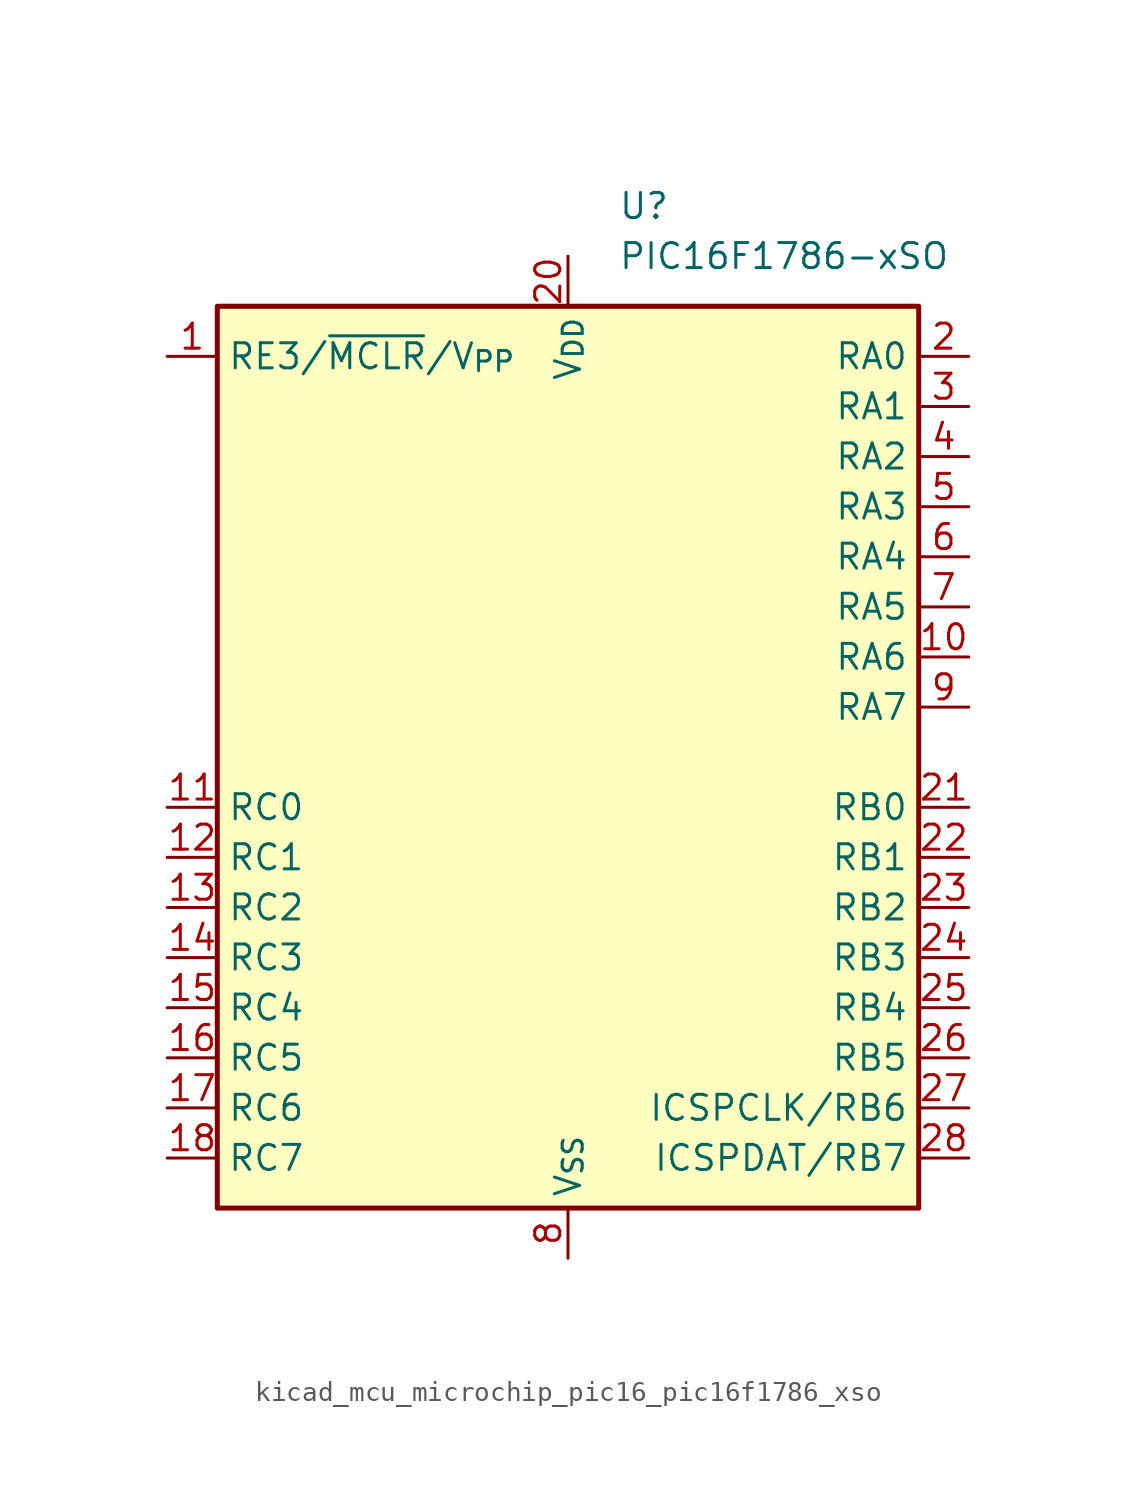
<source format=kicad_sym>
(kicad_symbol_lib
  (version 20220914)
  (generator kicad_symbol_editor)
  (symbol "kicad_mcu_microchip_pic16_pic16f1786_xso"
    (property "Reference" "U"
      (at 2.54 27.94 0)
      (effects (font (size 1.27 1.27)) (justify left)))
    (property "Value" "PIC16F1786-xSO"
      (at 2.54 25.4 0)
      (effects (font (size 1.27 1.27)) (justify left)))
    (symbol "kicad_mcu_microchip_pic16_pic16f1786_xso_0_1"
      (rectangle (start -17.78 -22.86) (end 17.78 22.86) (stroke (width 0.254) (type default)) (fill (type background))))
    (symbol "kicad_mcu_microchip_pic16_pic16f1786_xso_1_1"
      (pin input line (at -20.32 20.32 0) (length 2.54) (name "RE3/~{MCLR}/V_{PP}" (effects (font (size 1.27 1.27)))) (number "1" (effects (font (size 1.27 1.27)))))
      (pin bidirectional line (at 20.32 5.08 180) (length 2.54) (name "RA6" (effects (font (size 1.27 1.27)))) (number "10" (effects (font (size 1.27 1.27)))))
      (pin bidirectional line (at -20.32 -2.54 0) (length 2.54) (name "RC0" (effects (font (size 1.27 1.27)))) (number "11" (effects (font (size 1.27 1.27)))))
      (pin bidirectional line (at -20.32 -5.08 0) (length 2.54) (name "RC1" (effects (font (size 1.27 1.27)))) (number "12" (effects (font (size 1.27 1.27)))))
      (pin bidirectional line (at -20.32 -7.62 0) (length 2.54) (name "RC2" (effects (font (size 1.27 1.27)))) (number "13" (effects (font (size 1.27 1.27)))))
      (pin bidirectional line (at -20.32 -10.16 0) (length 2.54) (name "RC3" (effects (font (size 1.27 1.27)))) (number "14" (effects (font (size 1.27 1.27)))))
      (pin bidirectional line (at -20.32 -12.7 0) (length 2.54) (name "RC4" (effects (font (size 1.27 1.27)))) (number "15" (effects (font (size 1.27 1.27)))))
      (pin bidirectional line (at -20.32 -15.24 0) (length 2.54) (name "RC5" (effects (font (size 1.27 1.27)))) (number "16" (effects (font (size 1.27 1.27)))))
      (pin bidirectional line (at -20.32 -17.78 0) (length 2.54) (name "RC6" (effects (font (size 1.27 1.27)))) (number "17" (effects (font (size 1.27 1.27)))))
      (pin bidirectional line (at -20.32 -20.32 0) (length 2.54) (name "RC7" (effects (font (size 1.27 1.27)))) (number "18" (effects (font (size 1.27 1.27)))))
      (pin passive line (at 0 -25.4 90) (length 2.54) hide (name "V_{SS}" (effects (font (size 1.27 1.27)))) (number "19" (effects (font (size 1.27 1.27)))))
      (pin bidirectional line (at 20.32 20.32 180) (length 2.54) (name "RA0" (effects (font (size 1.27 1.27)))) (number "2" (effects (font (size 1.27 1.27)))))
      (pin power_in line (at 0 25.4 270) (length 2.54) (name "V_{DD}" (effects (font (size 1.27 1.27)))) (number "20" (effects (font (size 1.27 1.27)))))
      (pin bidirectional line (at 20.32 -2.54 180) (length 2.54) (name "RB0" (effects (font (size 1.27 1.27)))) (number "21" (effects (font (size 1.27 1.27)))))
      (pin bidirectional line (at 20.32 -5.08 180) (length 2.54) (name "RB1" (effects (font (size 1.27 1.27)))) (number "22" (effects (font (size 1.27 1.27)))))
      (pin bidirectional line (at 20.32 -7.62 180) (length 2.54) (name "RB2" (effects (font (size 1.27 1.27)))) (number "23" (effects (font (size 1.27 1.27)))))
      (pin bidirectional line (at 20.32 -10.16 180) (length 2.54) (name "RB3" (effects (font (size 1.27 1.27)))) (number "24" (effects (font (size 1.27 1.27)))))
      (pin bidirectional line (at 20.32 -12.7 180) (length 2.54) (name "RB4" (effects (font (size 1.27 1.27)))) (number "25" (effects (font (size 1.27 1.27)))))
      (pin bidirectional line (at 20.32 -15.24 180) (length 2.54) (name "RB5" (effects (font (size 1.27 1.27)))) (number "26" (effects (font (size 1.27 1.27)))))
      (pin bidirectional line (at 20.32 -17.78 180) (length 2.54) (name "ICSPCLK/RB6" (effects (font (size 1.27 1.27)))) (number "27" (effects (font (size 1.27 1.27)))))
      (pin bidirectional line (at 20.32 -20.32 180) (length 2.54) (name "ICSPDAT/RB7" (effects (font (size 1.27 1.27)))) (number "28" (effects (font (size 1.27 1.27)))))
      (pin bidirectional line (at 20.32 17.78 180) (length 2.54) (name "RA1" (effects (font (size 1.27 1.27)))) (number "3" (effects (font (size 1.27 1.27)))))
      (pin bidirectional line (at 20.32 15.24 180) (length 2.54) (name "RA2" (effects (font (size 1.27 1.27)))) (number "4" (effects (font (size 1.27 1.27)))))
      (pin bidirectional line (at 20.32 12.7 180) (length 2.54) (name "RA3" (effects (font (size 1.27 1.27)))) (number "5" (effects (font (size 1.27 1.27)))))
      (pin bidirectional line (at 20.32 10.16 180) (length 2.54) (name "RA4" (effects (font (size 1.27 1.27)))) (number "6" (effects (font (size 1.27 1.27)))))
      (pin bidirectional line (at 20.32 7.62 180) (length 2.54) (name "RA5" (effects (font (size 1.27 1.27)))) (number "7" (effects (font (size 1.27 1.27)))))
      (pin power_in line (at 0 -25.4 90) (length 2.54) (name "V_{SS}" (effects (font (size 1.27 1.27)))) (number "8" (effects (font (size 1.27 1.27)))))
      (pin bidirectional line (at 20.32 2.54 180) (length 2.54) (name "RA7" (effects (font (size 1.27 1.27)))) (number "9" (effects (font (size 1.27 1.27))))))))
</source>
